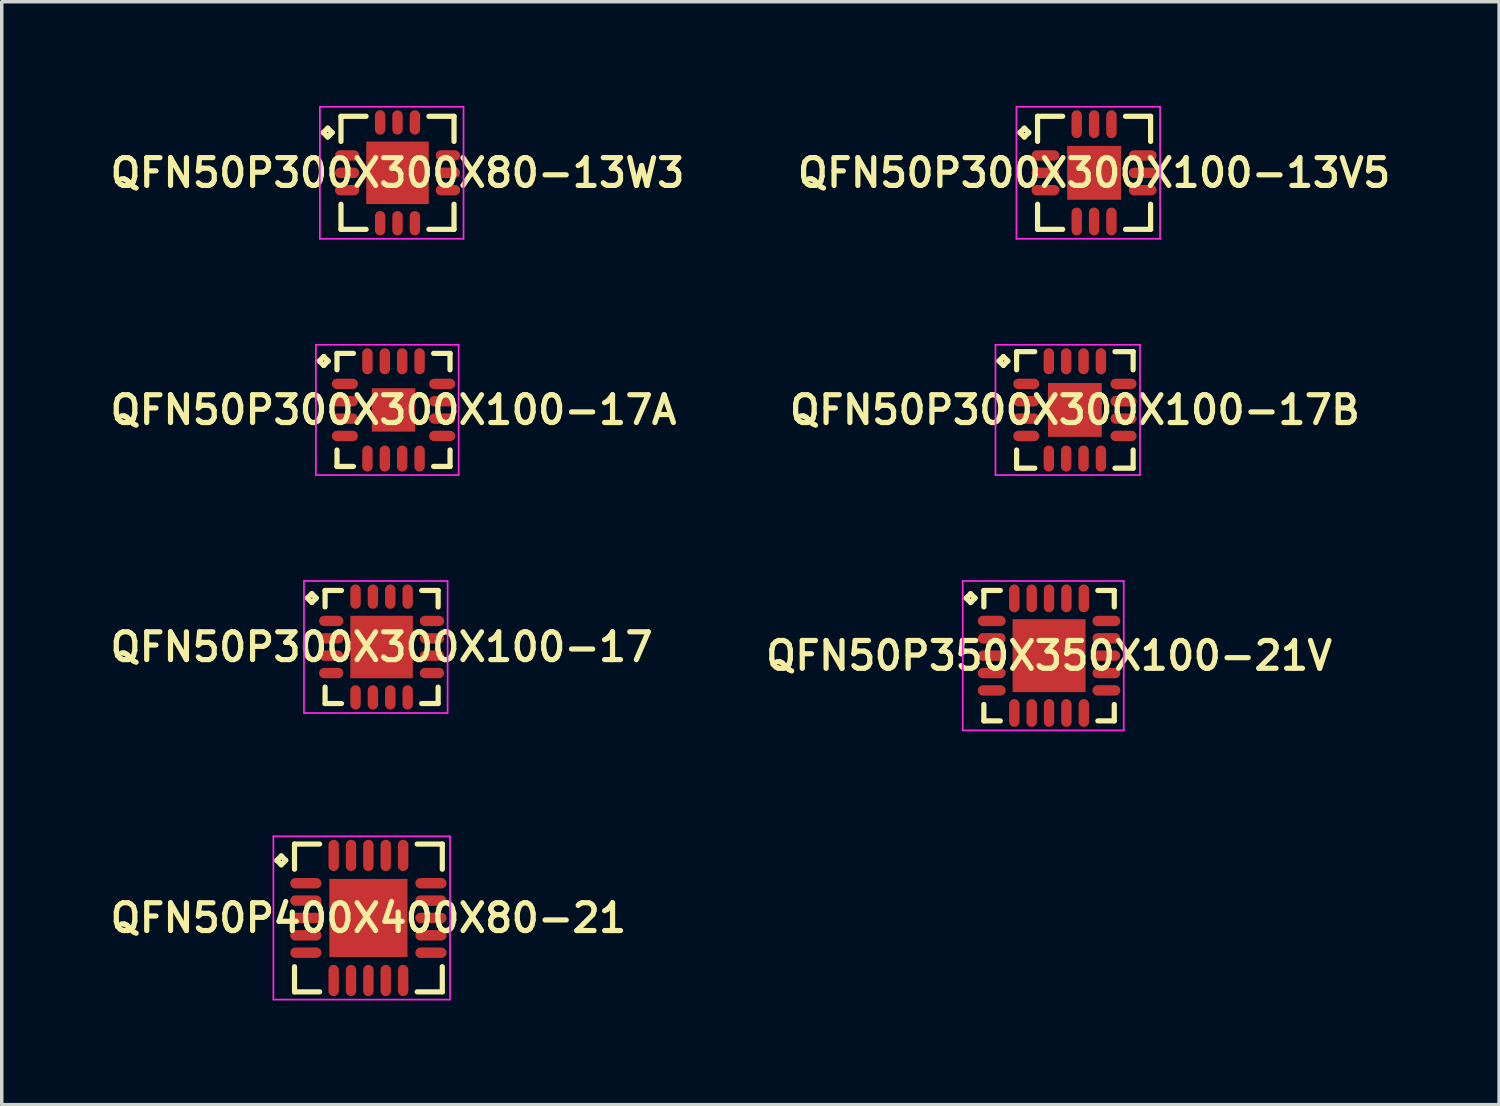
<source format=kicad_pcb>
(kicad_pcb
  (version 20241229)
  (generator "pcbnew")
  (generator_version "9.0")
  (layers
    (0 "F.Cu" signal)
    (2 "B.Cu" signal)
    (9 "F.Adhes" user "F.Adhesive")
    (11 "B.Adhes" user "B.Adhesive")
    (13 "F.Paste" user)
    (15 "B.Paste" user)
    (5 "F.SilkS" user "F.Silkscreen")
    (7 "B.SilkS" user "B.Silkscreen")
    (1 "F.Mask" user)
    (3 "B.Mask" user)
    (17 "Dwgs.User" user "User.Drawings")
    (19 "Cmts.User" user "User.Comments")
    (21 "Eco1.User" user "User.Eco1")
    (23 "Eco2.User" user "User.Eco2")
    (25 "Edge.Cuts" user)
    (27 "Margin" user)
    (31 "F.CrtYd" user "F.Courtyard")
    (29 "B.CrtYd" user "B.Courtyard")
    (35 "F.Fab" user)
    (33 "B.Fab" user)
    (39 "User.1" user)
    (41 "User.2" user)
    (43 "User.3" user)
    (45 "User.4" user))
  (footprint "QFN50P300X300X100-13V5"
    (layer "F.Cu")
    (at 28.445 1.925)
    (property "Reference" "QFN50P300X300X100-13V5" (at 0 0 0) (layer "F.SilkS") (effects (font (size 0.8 0.8) (thickness 0.15))))
    (attr smd)
    (fp_line (start -2.135 -1.158) (end -2.008 -1.285) (stroke (width 0.15) (type solid)) (layer "F.SilkS"))
    (fp_line (start -2.008 -1.285) (end -1.881 -1.158) (stroke (width 0.15) (type solid)) (layer "F.SilkS"))
    (fp_line (start -2.008 -1.031) (end -2.135 -1.158) (stroke (width 0.15) (type solid)) (layer "F.SilkS"))
    (fp_line (start -1.881 -1.158) (end -2.008 -1.031) (stroke (width 0.15) (type solid)) (layer "F.SilkS"))
    (fp_line (start -1.627 -1.627) (end -0.904 -1.627) (stroke (width 0.15) (type solid)) (layer "F.SilkS"))
    (fp_line (start -1.627 -0.904) (end -1.627 -1.627) (stroke (width 0.15) (type solid)) (layer "F.SilkS"))
    (fp_line (start -1.627 0.904) (end -1.627 1.627) (stroke (width 0.15) (type solid)) (layer "F.SilkS"))
    (fp_line (start -1.627 1.627) (end -0.904 1.627) (stroke (width 0.15) (type solid)) (layer "F.SilkS"))
    (fp_line (start 0.904 -1.627) (end 1.627 -1.627) (stroke (width 0.15) (type solid)) (layer "F.SilkS"))
    (fp_line (start 0.904 1.627) (end 1.627 1.627) (stroke (width 0.15) (type solid)) (layer "F.SilkS"))
    (fp_line (start 1.627 -1.627) (end 1.627 -0.904) (stroke (width 0.15) (type solid)) (layer "F.SilkS"))
    (fp_line (start 1.627 1.627) (end 1.627 0.904) (stroke (width 0.15) (type solid)) (layer "F.SilkS"))
    (fp_line (start -2.235 -1.9) (end 1.9 -1.9) (stroke (width 0.05) (type solid)) (layer "F.CrtYd"))
    (fp_line (start -2.235 1.9) (end -2.235 -1.9) (stroke (width 0.05) (type solid)) (layer "F.CrtYd"))
    (fp_line (start 1.9 -1.9) (end 1.9 1.9) (stroke (width 0.05) (type solid)) (layer "F.CrtYd"))
    (fp_line (start 1.9 1.9) (end -2.235 1.9) (stroke (width 0.05) (type solid)) (layer "F.CrtYd"))
    (pad "1" smd oval (at -1.4 -0.5) (size 0.8 0.3) (layers "F.Cu" "F.Mask" "F.Paste"))
    (pad "2" smd oval (at -1.4 0) (size 0.8 0.3) (layers "F.Cu" "F.Mask" "F.Paste"))
    (pad "3" smd oval (at -1.4 0.5) (size 0.8 0.3) (layers "F.Cu" "F.Mask" "F.Paste"))
    (pad "4" smd oval (at -0.5 1.4) (size 0.3 0.8) (layers "F.Cu" "F.Mask" "F.Paste"))
    (pad "5" smd oval (at 0 1.4) (size 0.3 0.8) (layers "F.Cu" "F.Mask" "F.Paste"))
    (pad "6" smd oval (at 0.5 1.4) (size 0.3 0.8) (layers "F.Cu" "F.Mask" "F.Paste"))
    (pad "7" smd oval (at 1.4 0.5) (size 0.8 0.3) (layers "F.Cu" "F.Mask" "F.Paste"))
    (pad "8" smd oval (at 1.4 0) (size 0.8 0.3) (layers "F.Cu" "F.Mask" "F.Paste"))
    (pad "9" smd oval (at 1.4 -0.5) (size 0.8 0.3) (layers "F.Cu" "F.Mask" "F.Paste"))
    (pad "10" smd oval (at 0.5 -1.4) (size 0.3 0.8) (layers "F.Cu" "F.Mask" "F.Paste"))
    (pad "11" smd oval (at 0 -1.4) (size 0.3 0.8) (layers "F.Cu" "F.Mask" "F.Paste"))
    (pad "12" smd oval (at -0.5 -1.4) (size 0.3 0.8) (layers "F.Cu" "F.Mask" "F.Paste"))
    (pad "13" smd rect (at 0 0) (size 1.55 1.55) (layers "F.Cu" "F.Mask" "F.Paste")))
  (footprint "QFN50P300X300X100-17"
    (layer "F.Cu")
    (at 7.935 15.575)
    (property "Reference" "QFN50P300X300X100-17" (at 0 0 0) (layer "F.SilkS") (effects (font (size 0.8 0.8) (thickness 0.15))))
    (attr smd)
    (fp_line (start -2.135 -1.408) (end -2.008 -1.535) (stroke (width 0.15) (type solid)) (layer "F.SilkS"))
    (fp_line (start -2.008 -1.535) (end -1.881 -1.408) (stroke (width 0.15) (type solid)) (layer "F.SilkS"))
    (fp_line (start -2.008 -1.281) (end -2.135 -1.408) (stroke (width 0.15) (type solid)) (layer "F.SilkS"))
    (fp_line (start -1.881 -1.408) (end -2.008 -1.281) (stroke (width 0.15) (type solid)) (layer "F.SilkS"))
    (fp_line (start -1.627 -1.627) (end -1.154 -1.627) (stroke (width 0.15) (type solid)) (layer "F.SilkS"))
    (fp_line (start -1.627 -1.154) (end -1.627 -1.627) (stroke (width 0.15) (type solid)) (layer "F.SilkS"))
    (fp_line (start -1.627 1.154) (end -1.627 1.627) (stroke (width 0.15) (type solid)) (layer "F.SilkS"))
    (fp_line (start -1.627 1.627) (end -1.154 1.627) (stroke (width 0.15) (type solid)) (layer "F.SilkS"))
    (fp_line (start 1.154 -1.627) (end 1.627 -1.627) (stroke (width 0.15) (type solid)) (layer "F.SilkS"))
    (fp_line (start 1.154 1.627) (end 1.627 1.627) (stroke (width 0.15) (type solid)) (layer "F.SilkS"))
    (fp_line (start 1.627 -1.627) (end 1.627 -1.154) (stroke (width 0.15) (type solid)) (layer "F.SilkS"))
    (fp_line (start 1.627 1.627) (end 1.627 1.154) (stroke (width 0.15) (type solid)) (layer "F.SilkS"))
    (fp_line (start -2.235 -1.9) (end 1.9 -1.9) (stroke (width 0.05) (type solid)) (layer "F.CrtYd"))
    (fp_line (start -2.235 1.9) (end -2.235 -1.9) (stroke (width 0.05) (type solid)) (layer "F.CrtYd"))
    (fp_line (start 1.9 -1.9) (end 1.9 1.9) (stroke (width 0.05) (type solid)) (layer "F.CrtYd"))
    (fp_line (start 1.9 1.9) (end -2.235 1.9) (stroke (width 0.05) (type solid)) (layer "F.CrtYd"))
    (pad "1" smd oval (at -1.45 -0.75) (size 0.7 0.3) (layers "F.Cu" "F.Mask" "F.Paste"))
    (pad "2" smd oval (at -1.45 -0.25) (size 0.7 0.3) (layers "F.Cu" "F.Mask" "F.Paste"))
    (pad "3" smd oval (at -1.45 0.25) (size 0.7 0.3) (layers "F.Cu" "F.Mask" "F.Paste"))
    (pad "4" smd oval (at -1.45 0.75) (size 0.7 0.3) (layers "F.Cu" "F.Mask" "F.Paste"))
    (pad "5" smd oval (at -0.75 1.45) (size 0.3 0.7) (layers "F.Cu" "F.Mask" "F.Paste"))
    (pad "6" smd oval (at -0.25 1.45) (size 0.3 0.7) (layers "F.Cu" "F.Mask" "F.Paste"))
    (pad "7" smd oval (at 0.25 1.45) (size 0.3 0.7) (layers "F.Cu" "F.Mask" "F.Paste"))
    (pad "8" smd oval (at 0.75 1.45) (size 0.3 0.7) (layers "F.Cu" "F.Mask" "F.Paste"))
    (pad "9" smd oval (at 1.45 0.75) (size 0.7 0.3) (layers "F.Cu" "F.Mask" "F.Paste"))
    (pad "10" smd oval (at 1.45 0.25) (size 0.7 0.3) (layers "F.Cu" "F.Mask" "F.Paste"))
    (pad "11" smd oval (at 1.45 -0.25) (size 0.7 0.3) (layers "F.Cu" "F.Mask" "F.Paste"))
    (pad "12" smd oval (at 1.45 -0.75) (size 0.7 0.3) (layers "F.Cu" "F.Mask" "F.Paste"))
    (pad "13" smd oval (at 0.75 -1.45) (size 0.3 0.7) (layers "F.Cu" "F.Mask" "F.Paste"))
    (pad "14" smd oval (at 0.25 -1.45) (size 0.3 0.7) (layers "F.Cu" "F.Mask" "F.Paste"))
    (pad "15" smd oval (at -0.25 -1.45) (size 0.3 0.7) (layers "F.Cu" "F.Mask" "F.Paste"))
    (pad "16" smd oval (at -0.75 -1.45) (size 0.3 0.7) (layers "F.Cu" "F.Mask" "F.Paste"))
    (pad "17" smd rect (at 0 0) (size 1.8 1.8) (layers "F.Cu" "F.Mask" "F.Paste")))
  (footprint "QFN50P350X350X100-21V"
    (layer "F.Cu")
    (at 27.149 15.825)
    (property "Reference" "QFN50P350X350X100-21V" (at 0 0 0) (layer "F.SilkS") (effects (font (size 0.8 0.8) (thickness 0.15))))
    (attr smd)
    (fp_line (start -2.385 -1.658) (end -2.258 -1.785) (stroke (width 0.15) (type solid)) (layer "F.SilkS"))
    (fp_line (start -2.258 -1.785) (end -2.131 -1.658) (stroke (width 0.15) (type solid)) (layer "F.SilkS"))
    (fp_line (start -2.258 -1.531) (end -2.385 -1.658) (stroke (width 0.15) (type solid)) (layer "F.SilkS"))
    (fp_line (start -2.131 -1.658) (end -2.258 -1.531) (stroke (width 0.15) (type solid)) (layer "F.SilkS"))
    (fp_line (start -1.877 -1.877) (end -1.404 -1.877) (stroke (width 0.15) (type solid)) (layer "F.SilkS"))
    (fp_line (start -1.877 -1.404) (end -1.877 -1.877) (stroke (width 0.15) (type solid)) (layer "F.SilkS"))
    (fp_line (start -1.877 1.404) (end -1.877 1.877) (stroke (width 0.15) (type solid)) (layer "F.SilkS"))
    (fp_line (start -1.877 1.877) (end -1.404 1.877) (stroke (width 0.15) (type solid)) (layer "F.SilkS"))
    (fp_line (start 1.404 -1.877) (end 1.877 -1.877) (stroke (width 0.15) (type solid)) (layer "F.SilkS"))
    (fp_line (start 1.404 1.877) (end 1.877 1.877) (stroke (width 0.15) (type solid)) (layer "F.SilkS"))
    (fp_line (start 1.877 -1.877) (end 1.877 -1.404) (stroke (width 0.15) (type solid)) (layer "F.SilkS"))
    (fp_line (start 1.877 1.877) (end 1.877 1.404) (stroke (width 0.15) (type solid)) (layer "F.SilkS"))
    (fp_line (start -2.485 -2.15) (end 2.15 -2.15) (stroke (width 0.05) (type solid)) (layer "F.CrtYd"))
    (fp_line (start -2.485 2.15) (end -2.485 -2.15) (stroke (width 0.05) (type solid)) (layer "F.CrtYd"))
    (fp_line (start 2.15 -2.15) (end 2.15 2.15) (stroke (width 0.05) (type solid)) (layer "F.CrtYd"))
    (fp_line (start 2.15 2.15) (end -2.485 2.15) (stroke (width 0.05) (type solid)) (layer "F.CrtYd"))
    (pad "1" smd oval (at -1.65 -1) (size 0.8 0.3) (layers "F.Cu" "F.Mask" "F.Paste"))
    (pad "2" smd oval (at -1.65 -0.5) (size 0.8 0.3) (layers "F.Cu" "F.Mask" "F.Paste"))
    (pad "3" smd oval (at -1.65 0) (size 0.8 0.3) (layers "F.Cu" "F.Mask" "F.Paste"))
    (pad "4" smd oval (at -1.65 0.5) (size 0.8 0.3) (layers "F.Cu" "F.Mask" "F.Paste"))
    (pad "5" smd oval (at -1.65 1) (size 0.8 0.3) (layers "F.Cu" "F.Mask" "F.Paste"))
    (pad "6" smd oval (at -1 1.65) (size 0.3 0.8) (layers "F.Cu" "F.Mask" "F.Paste"))
    (pad "7" smd oval (at -0.5 1.65) (size 0.3 0.8) (layers "F.Cu" "F.Mask" "F.Paste"))
    (pad "8" smd oval (at 0 1.65) (size 0.3 0.8) (layers "F.Cu" "F.Mask" "F.Paste"))
    (pad "9" smd oval (at 0.5 1.65) (size 0.3 0.8) (layers "F.Cu" "F.Mask" "F.Paste"))
    (pad "10" smd oval (at 1 1.65) (size 0.3 0.8) (layers "F.Cu" "F.Mask" "F.Paste"))
    (pad "11" smd oval (at 1.65 1) (size 0.8 0.3) (layers "F.Cu" "F.Mask" "F.Paste"))
    (pad "12" smd oval (at 1.65 0.5) (size 0.8 0.3) (layers "F.Cu" "F.Mask" "F.Paste"))
    (pad "13" smd oval (at 1.65 0) (size 0.8 0.3) (layers "F.Cu" "F.Mask" "F.Paste"))
    (pad "14" smd oval (at 1.65 -0.5) (size 0.8 0.3) (layers "F.Cu" "F.Mask" "F.Paste"))
    (pad "15" smd oval (at 1.65 -1) (size 0.8 0.3) (layers "F.Cu" "F.Mask" "F.Paste"))
    (pad "16" smd oval (at 1 -1.65) (size 0.3 0.8) (layers "F.Cu" "F.Mask" "F.Paste"))
    (pad "17" smd oval (at 0.5 -1.65) (size 0.3 0.8) (layers "F.Cu" "F.Mask" "F.Paste"))
    (pad "18" smd oval (at 0 -1.65) (size 0.3 0.8) (layers "F.Cu" "F.Mask" "F.Paste"))
    (pad "19" smd oval (at -0.5 -1.65) (size 0.3 0.8) (layers "F.Cu" "F.Mask" "F.Paste"))
    (pad "20" smd oval (at -1 -1.65) (size 0.3 0.8) (layers "F.Cu" "F.Mask" "F.Paste"))
    (pad "21" smd rect (at 0 0) (size 2.1 2.1) (layers "F.Cu" "F.Mask" "F.Paste")))
  (footprint "QFN50P300X300X80-13W3"
    (layer "F.Cu")
    (at 8.393 1.925)
    (property "Reference" "QFN50P300X300X80-13W3" (at 0 0 0) (layer "F.SilkS") (effects (font (size 0.8 0.8) (thickness 0.15))))
    (attr smd)
    (fp_line (start -2.135 -1.158) (end -2.008 -1.285) (stroke (width 0.15) (type solid)) (layer "F.SilkS"))
    (fp_line (start -2.008 -1.285) (end -1.881 -1.158) (stroke (width 0.15) (type solid)) (layer "F.SilkS"))
    (fp_line (start -2.008 -1.031) (end -2.135 -1.158) (stroke (width 0.15) (type solid)) (layer "F.SilkS"))
    (fp_line (start -1.881 -1.158) (end -2.008 -1.031) (stroke (width 0.15) (type solid)) (layer "F.SilkS"))
    (fp_line (start -1.627 -1.627) (end -0.904 -1.627) (stroke (width 0.15) (type solid)) (layer "F.SilkS"))
    (fp_line (start -1.627 -0.904) (end -1.627 -1.627) (stroke (width 0.15) (type solid)) (layer "F.SilkS"))
    (fp_line (start -1.627 0.904) (end -1.627 1.627) (stroke (width 0.15) (type solid)) (layer "F.SilkS"))
    (fp_line (start -1.627 1.627) (end -0.904 1.627) (stroke (width 0.15) (type solid)) (layer "F.SilkS"))
    (fp_line (start 0.904 -1.627) (end 1.627 -1.627) (stroke (width 0.15) (type solid)) (layer "F.SilkS"))
    (fp_line (start 0.904 1.627) (end 1.627 1.627) (stroke (width 0.15) (type solid)) (layer "F.SilkS"))
    (fp_line (start 1.627 -1.627) (end 1.627 -0.904) (stroke (width 0.15) (type solid)) (layer "F.SilkS"))
    (fp_line (start 1.627 1.627) (end 1.627 0.904) (stroke (width 0.15) (type solid)) (layer "F.SilkS"))
    (fp_line (start -2.235 -1.9) (end 1.9 -1.9) (stroke (width 0.05) (type solid)) (layer "F.CrtYd"))
    (fp_line (start -2.235 1.9) (end -2.235 -1.9) (stroke (width 0.05) (type solid)) (layer "F.CrtYd"))
    (fp_line (start 1.9 -1.9) (end 1.9 1.9) (stroke (width 0.05) (type solid)) (layer "F.CrtYd"))
    (fp_line (start 1.9 1.9) (end -2.235 1.9) (stroke (width 0.05) (type solid)) (layer "F.CrtYd"))
    (pad "1" smd oval (at -1.45 -0.5) (size 0.7 0.3) (layers "F.Cu" "F.Mask" "F.Paste"))
    (pad "2" smd oval (at -1.45 0) (size 0.7 0.3) (layers "F.Cu" "F.Mask" "F.Paste"))
    (pad "3" smd oval (at -1.45 0.5) (size 0.7 0.3) (layers "F.Cu" "F.Mask" "F.Paste"))
    (pad "4" smd oval (at -0.5 1.45) (size 0.3 0.7) (layers "F.Cu" "F.Mask" "F.Paste"))
    (pad "5" smd oval (at 0 1.45) (size 0.3 0.7) (layers "F.Cu" "F.Mask" "F.Paste"))
    (pad "6" smd oval (at 0.5 1.45) (size 0.3 0.7) (layers "F.Cu" "F.Mask" "F.Paste"))
    (pad "7" smd oval (at 1.45 0.5) (size 0.7 0.3) (layers "F.Cu" "F.Mask" "F.Paste"))
    (pad "8" smd oval (at 1.45 0) (size 0.7 0.3) (layers "F.Cu" "F.Mask" "F.Paste"))
    (pad "9" smd oval (at 1.45 -0.5) (size 0.7 0.3) (layers "F.Cu" "F.Mask" "F.Paste"))
    (pad "10" smd oval (at 0.5 -1.45) (size 0.3 0.7) (layers "F.Cu" "F.Mask" "F.Paste"))
    (pad "11" smd oval (at 0 -1.45) (size 0.3 0.7) (layers "F.Cu" "F.Mask" "F.Paste"))
    (pad "12" smd oval (at -0.5 -1.45) (size 0.3 0.7) (layers "F.Cu" "F.Mask" "F.Paste"))
    (pad "13" smd rect (at 0 0) (size 1.8 1.8) (layers "F.Cu" "F.Mask" "F.Paste")))
  (footprint "QFN50P400X400X80-21"
    (layer "F.Cu")
    (at 7.555 23.375)
    (property "Reference" "QFN50P400X400X80-21" (at 0 0 0) (layer "F.SilkS") (effects (font (size 0.8 0.8) (thickness 0.15))))
    (attr smd)
    (fp_line (start -2.635 -1.658) (end -2.508 -1.785) (stroke (width 0.15) (type solid)) (layer "F.SilkS"))
    (fp_line (start -2.508 -1.785) (end -2.381 -1.658) (stroke (width 0.15) (type solid)) (layer "F.SilkS"))
    (fp_line (start -2.508 -1.531) (end -2.635 -1.658) (stroke (width 0.15) (type solid)) (layer "F.SilkS"))
    (fp_line (start -2.381 -1.658) (end -2.508 -1.531) (stroke (width 0.15) (type solid)) (layer "F.SilkS"))
    (fp_line (start -2.127 -2.127) (end -1.404 -2.127) (stroke (width 0.15) (type solid)) (layer "F.SilkS"))
    (fp_line (start -2.127 -1.404) (end -2.127 -2.127) (stroke (width 0.15) (type solid)) (layer "F.SilkS"))
    (fp_line (start -2.127 1.404) (end -2.127 2.127) (stroke (width 0.15) (type solid)) (layer "F.SilkS"))
    (fp_line (start -2.127 2.127) (end -1.404 2.127) (stroke (width 0.15) (type solid)) (layer "F.SilkS"))
    (fp_line (start 1.404 -2.127) (end 2.127 -2.127) (stroke (width 0.15) (type solid)) (layer "F.SilkS"))
    (fp_line (start 1.404 2.127) (end 2.127 2.127) (stroke (width 0.15) (type solid)) (layer "F.SilkS"))
    (fp_line (start 2.127 -2.127) (end 2.127 -1.404) (stroke (width 0.15) (type solid)) (layer "F.SilkS"))
    (fp_line (start 2.127 2.127) (end 2.127 1.404) (stroke (width 0.15) (type solid)) (layer "F.SilkS"))
    (fp_line (start -2.735 -2.35) (end 2.35 -2.35) (stroke (width 0.05) (type solid)) (layer "F.CrtYd"))
    (fp_line (start -2.735 2.35) (end -2.735 -2.35) (stroke (width 0.05) (type solid)) (layer "F.CrtYd"))
    (fp_line (start 2.35 -2.35) (end 2.35 2.35) (stroke (width 0.05) (type solid)) (layer "F.CrtYd"))
    (fp_line (start 2.35 2.35) (end -2.735 2.35) (stroke (width 0.05) (type solid)) (layer "F.CrtYd"))
    (pad "1" smd oval (at -1.8 -1) (size 0.9 0.3) (layers "F.Cu" "F.Mask" "F.Paste"))
    (pad "2" smd oval (at -1.8 -0.5) (size 0.9 0.3) (layers "F.Cu" "F.Mask" "F.Paste"))
    (pad "3" smd oval (at -1.8 0) (size 0.9 0.3) (layers "F.Cu" "F.Mask" "F.Paste"))
    (pad "4" smd oval (at -1.8 0.5) (size 0.9 0.3) (layers "F.Cu" "F.Mask" "F.Paste"))
    (pad "5" smd oval (at -1.8 1) (size 0.9 0.3) (layers "F.Cu" "F.Mask" "F.Paste"))
    (pad "6" smd oval (at -1 1.8) (size 0.3 0.9) (layers "F.Cu" "F.Mask" "F.Paste"))
    (pad "7" smd oval (at -0.5 1.8) (size 0.3 0.9) (layers "F.Cu" "F.Mask" "F.Paste"))
    (pad "8" smd oval (at 0 1.8) (size 0.3 0.9) (layers "F.Cu" "F.Mask" "F.Paste"))
    (pad "9" smd oval (at 0.5 1.8) (size 0.3 0.9) (layers "F.Cu" "F.Mask" "F.Paste"))
    (pad "10" smd oval (at 1 1.8) (size 0.3 0.9) (layers "F.Cu" "F.Mask" "F.Paste"))
    (pad "11" smd oval (at 1.8 1) (size 0.9 0.3) (layers "F.Cu" "F.Mask" "F.Paste"))
    (pad "12" smd oval (at 1.8 0.5) (size 0.9 0.3) (layers "F.Cu" "F.Mask" "F.Paste"))
    (pad "13" smd oval (at 1.8 0) (size 0.9 0.3) (layers "F.Cu" "F.Mask" "F.Paste"))
    (pad "14" smd oval (at 1.8 -0.5) (size 0.9 0.3) (layers "F.Cu" "F.Mask" "F.Paste"))
    (pad "15" smd oval (at 1.8 -1) (size 0.9 0.3) (layers "F.Cu" "F.Mask" "F.Paste"))
    (pad "16" smd oval (at 1 -1.8) (size 0.3 0.9) (layers "F.Cu" "F.Mask" "F.Paste"))
    (pad "17" smd oval (at 0.5 -1.8) (size 0.3 0.9) (layers "F.Cu" "F.Mask" "F.Paste"))
    (pad "18" smd oval (at 0 -1.8) (size 0.3 0.9) (layers "F.Cu" "F.Mask" "F.Paste"))
    (pad "19" smd oval (at -0.5 -1.8) (size 0.3 0.9) (layers "F.Cu" "F.Mask" "F.Paste"))
    (pad "20" smd oval (at -1 -1.8) (size 0.3 0.9) (layers "F.Cu" "F.Mask" "F.Paste"))
    (pad "21" smd rect (at 0 0) (size 2.25 2.25) (layers "F.Cu" "F.Mask" "F.Paste")))
  (footprint "QFN50P300X300X100-17B"
    (layer "F.Cu")
    (at 27.892 8.75)
    (property "Reference" "QFN50P300X300X100-17B" (at 0 0 0) (layer "F.SilkS") (effects (font (size 0.8 0.8) (thickness 0.15))))
    (attr smd)
    (fp_line (start -2.185 -1.408) (end -2.058 -1.535) (stroke (width 0.15) (type solid)) (layer "F.SilkS"))
    (fp_line (start -2.058 -1.535) (end -1.931 -1.408) (stroke (width 0.15) (type solid)) (layer "F.SilkS"))
    (fp_line (start -2.058 -1.281) (end -2.185 -1.408) (stroke (width 0.15) (type solid)) (layer "F.SilkS"))
    (fp_line (start -1.931 -1.408) (end -2.058 -1.281) (stroke (width 0.15) (type solid)) (layer "F.SilkS"))
    (fp_line (start -1.677 -1.677) (end -1.154 -1.677) (stroke (width 0.15) (type solid)) (layer "F.SilkS"))
    (fp_line (start -1.677 -1.154) (end -1.677 -1.677) (stroke (width 0.15) (type solid)) (layer "F.SilkS"))
    (fp_line (start -1.677 1.154) (end -1.677 1.677) (stroke (width 0.15) (type solid)) (layer "F.SilkS"))
    (fp_line (start -1.677 1.677) (end -1.154 1.677) (stroke (width 0.15) (type solid)) (layer "F.SilkS"))
    (fp_line (start 1.154 -1.677) (end 1.677 -1.677) (stroke (width 0.15) (type solid)) (layer "F.SilkS"))
    (fp_line (start 1.154 1.677) (end 1.677 1.677) (stroke (width 0.15) (type solid)) (layer "F.SilkS"))
    (fp_line (start 1.677 -1.677) (end 1.677 -1.154) (stroke (width 0.15) (type solid)) (layer "F.SilkS"))
    (fp_line (start 1.677 1.677) (end 1.677 1.154) (stroke (width 0.15) (type solid)) (layer "F.SilkS"))
    (fp_line (start -2.285 -1.875) (end 1.875 -1.875) (stroke (width 0.05) (type solid)) (layer "F.CrtYd"))
    (fp_line (start -2.285 1.875) (end -2.285 -1.875) (stroke (width 0.05) (type solid)) (layer "F.CrtYd"))
    (fp_line (start 1.875 -1.875) (end 1.875 1.875) (stroke (width 0.05) (type solid)) (layer "F.CrtYd"))
    (fp_line (start 1.875 1.875) (end -2.285 1.875) (stroke (width 0.05) (type solid)) (layer "F.CrtYd"))
    (pad "1" smd oval (at -1.4 -0.75) (size 0.75 0.3) (layers "F.Cu" "F.Mask" "F.Paste"))
    (pad "2" smd oval (at -1.4 -0.25) (size 0.75 0.3) (layers "F.Cu" "F.Mask" "F.Paste"))
    (pad "3" smd oval (at -1.4 0.25) (size 0.75 0.3) (layers "F.Cu" "F.Mask" "F.Paste"))
    (pad "4" smd oval (at -1.4 0.75) (size 0.75 0.3) (layers "F.Cu" "F.Mask" "F.Paste"))
    (pad "5" smd oval (at -0.75 1.4) (size 0.3 0.75) (layers "F.Cu" "F.Mask" "F.Paste"))
    (pad "6" smd oval (at -0.25 1.4) (size 0.3 0.75) (layers "F.Cu" "F.Mask" "F.Paste"))
    (pad "7" smd oval (at 0.25 1.4) (size 0.3 0.75) (layers "F.Cu" "F.Mask" "F.Paste"))
    (pad "8" smd oval (at 0.75 1.4) (size 0.3 0.75) (layers "F.Cu" "F.Mask" "F.Paste"))
    (pad "9" smd oval (at 1.4 0.75) (size 0.75 0.3) (layers "F.Cu" "F.Mask" "F.Paste"))
    (pad "10" smd oval (at 1.4 0.25) (size 0.75 0.3) (layers "F.Cu" "F.Mask" "F.Paste"))
    (pad "11" smd oval (at 1.4 -0.25) (size 0.75 0.3) (layers "F.Cu" "F.Mask" "F.Paste"))
    (pad "12" smd oval (at 1.4 -0.75) (size 0.75 0.3) (layers "F.Cu" "F.Mask" "F.Paste"))
    (pad "13" smd oval (at 0.75 -1.4) (size 0.3 0.75) (layers "F.Cu" "F.Mask" "F.Paste"))
    (pad "14" smd oval (at 0.25 -1.4) (size 0.3 0.75) (layers "F.Cu" "F.Mask" "F.Paste"))
    (pad "15" smd oval (at -0.25 -1.4) (size 0.3 0.75) (layers "F.Cu" "F.Mask" "F.Paste"))
    (pad "16" smd oval (at -0.75 -1.4) (size 0.3 0.75) (layers "F.Cu" "F.Mask" "F.Paste"))
    (pad "17" smd rect (at 0 0) (size 1.55 1.55) (layers "F.Cu" "F.Mask" "F.Paste")))
  (footprint "QFN50P300X300X100-17A"
    (layer "F.Cu")
    (at 8.278 8.75)
    (property "Reference" "QFN50P300X300X100-17A" (at 0 0 0) (layer "F.SilkS") (effects (font (size 0.8 0.8) (thickness 0.15))))
    (attr smd)
    (fp_line (start -2.135 -1.408) (end -2.008 -1.535) (stroke (width 0.15) (type solid)) (layer "F.SilkS"))
    (fp_line (start -2.008 -1.535) (end -1.881 -1.408) (stroke (width 0.15) (type solid)) (layer "F.SilkS"))
    (fp_line (start -2.008 -1.281) (end -2.135 -1.408) (stroke (width 0.15) (type solid)) (layer "F.SilkS"))
    (fp_line (start -1.881 -1.408) (end -2.008 -1.281) (stroke (width 0.15) (type solid)) (layer "F.SilkS"))
    (fp_line (start -1.627 -1.627) (end -1.154 -1.627) (stroke (width 0.15) (type solid)) (layer "F.SilkS"))
    (fp_line (start -1.627 -1.154) (end -1.627 -1.627) (stroke (width 0.15) (type solid)) (layer "F.SilkS"))
    (fp_line (start -1.627 1.154) (end -1.627 1.627) (stroke (width 0.15) (type solid)) (layer "F.SilkS"))
    (fp_line (start -1.627 1.627) (end -1.154 1.627) (stroke (width 0.15) (type solid)) (layer "F.SilkS"))
    (fp_line (start 1.154 -1.627) (end 1.627 -1.627) (stroke (width 0.15) (type solid)) (layer "F.SilkS"))
    (fp_line (start 1.154 1.627) (end 1.627 1.627) (stroke (width 0.15) (type solid)) (layer "F.SilkS"))
    (fp_line (start 1.627 -1.627) (end 1.627 -1.154) (stroke (width 0.15) (type solid)) (layer "F.SilkS"))
    (fp_line (start 1.627 1.627) (end 1.627 1.154) (stroke (width 0.15) (type solid)) (layer "F.SilkS"))
    (fp_line (start -2.235 -1.875) (end 1.875 -1.875) (stroke (width 0.05) (type solid)) (layer "F.CrtYd"))
    (fp_line (start -2.235 1.875) (end -2.235 -1.875) (stroke (width 0.05) (type solid)) (layer "F.CrtYd"))
    (fp_line (start 1.875 -1.875) (end 1.875 1.875) (stroke (width 0.05) (type solid)) (layer "F.CrtYd"))
    (fp_line (start 1.875 1.875) (end -2.235 1.875) (stroke (width 0.05) (type solid)) (layer "F.CrtYd"))
    (pad "1" smd oval (at -1.4 -0.75) (size 0.75 0.3) (layers "F.Cu" "F.Mask" "F.Paste"))
    (pad "2" smd oval (at -1.4 -0.25) (size 0.75 0.3) (layers "F.Cu" "F.Mask" "F.Paste"))
    (pad "3" smd oval (at -1.4 0.25) (size 0.75 0.3) (layers "F.Cu" "F.Mask" "F.Paste"))
    (pad "4" smd oval (at -1.4 0.75) (size 0.75 0.3) (layers "F.Cu" "F.Mask" "F.Paste"))
    (pad "5" smd oval (at -0.75 1.4) (size 0.3 0.75) (layers "F.Cu" "F.Mask" "F.Paste"))
    (pad "6" smd oval (at -0.25 1.4) (size 0.3 0.75) (layers "F.Cu" "F.Mask" "F.Paste"))
    (pad "7" smd oval (at 0.25 1.4) (size 0.3 0.75) (layers "F.Cu" "F.Mask" "F.Paste"))
    (pad "8" smd oval (at 0.75 1.4) (size 0.3 0.75) (layers "F.Cu" "F.Mask" "F.Paste"))
    (pad "9" smd oval (at 1.4 0.75) (size 0.75 0.3) (layers "F.Cu" "F.Mask" "F.Paste"))
    (pad "10" smd oval (at 1.4 0.25) (size 0.75 0.3) (layers "F.Cu" "F.Mask" "F.Paste"))
    (pad "11" smd oval (at 1.4 -0.25) (size 0.75 0.3) (layers "F.Cu" "F.Mask" "F.Paste"))
    (pad "12" smd oval (at 1.4 -0.75) (size 0.75 0.3) (layers "F.Cu" "F.Mask" "F.Paste"))
    (pad "13" smd oval (at 0.75 -1.4) (size 0.3 0.75) (layers "F.Cu" "F.Mask" "F.Paste"))
    (pad "14" smd oval (at 0.25 -1.4) (size 0.3 0.75) (layers "F.Cu" "F.Mask" "F.Paste"))
    (pad "15" smd oval (at -0.25 -1.4) (size 0.3 0.75) (layers "F.Cu" "F.Mask" "F.Paste"))
    (pad "16" smd oval (at -0.75 -1.4) (size 0.3 0.75) (layers "F.Cu" "F.Mask" "F.Paste"))
    (pad "17" smd rect (at 0 0) (size 1.25 1.25) (layers "F.Cu" "F.Mask" "F.Paste")))
  (gr_rect
    (start -3 -3)
    (end 40.104 28.75)
    (stroke (width 0.1) (type default))
    (fill no)
    (layer "Edge.Cuts")))
</source>
